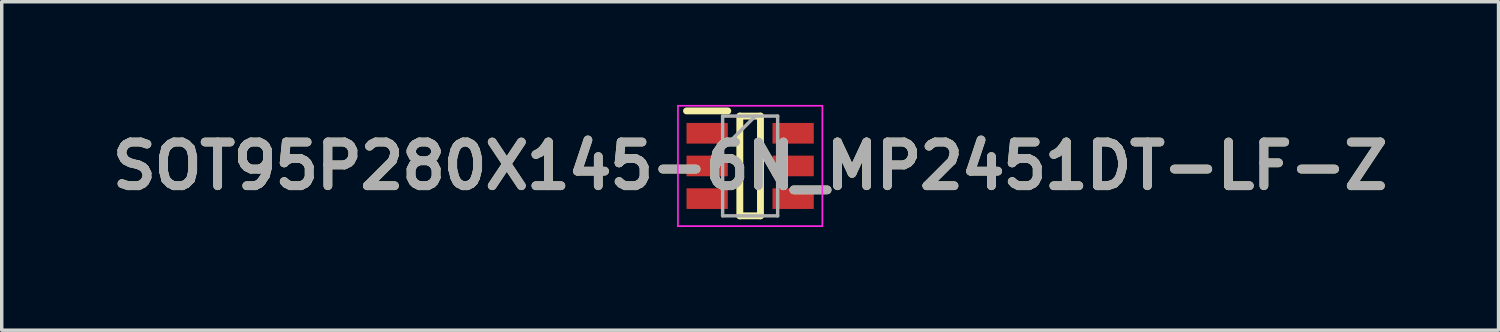
<source format=kicad_pcb>
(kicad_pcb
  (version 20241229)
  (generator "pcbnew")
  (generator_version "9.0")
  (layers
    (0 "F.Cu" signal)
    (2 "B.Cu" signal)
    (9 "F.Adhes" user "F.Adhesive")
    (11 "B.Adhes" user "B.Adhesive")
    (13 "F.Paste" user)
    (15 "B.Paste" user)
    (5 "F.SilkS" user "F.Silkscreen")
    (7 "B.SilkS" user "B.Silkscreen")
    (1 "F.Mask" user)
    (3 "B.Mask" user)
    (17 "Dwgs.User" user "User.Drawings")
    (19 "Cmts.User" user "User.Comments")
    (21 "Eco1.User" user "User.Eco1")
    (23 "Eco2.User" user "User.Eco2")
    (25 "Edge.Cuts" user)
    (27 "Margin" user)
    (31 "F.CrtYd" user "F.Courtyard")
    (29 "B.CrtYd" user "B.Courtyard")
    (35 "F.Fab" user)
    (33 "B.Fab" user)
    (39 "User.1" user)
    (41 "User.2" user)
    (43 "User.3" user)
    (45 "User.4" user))
  (footprint "SOT95P280X145-6N_MP2451DT-LF-Z"
    (layer "F.Cu")
    (at 18.76 1.775)
    (property "Reference" "SOT95P280X145-6N_MP2451DT-LF-Z" (at 0 0 0) (layer "F.SilkS") (effects (font (size 1.27 1.27) (thickness 0.254))))
    (attr smd)
    (fp_line (start -1.85 -1.6) (end -0.65 -1.6) (stroke (width 0.2) (type solid)) (layer "F.SilkS"))
    (fp_line (start -0.3 -1.45) (end 0.3 -1.45) (stroke (width 0.2) (type solid)) (layer "F.SilkS"))
    (fp_line (start -0.3 1.45) (end -0.3 -1.45) (stroke (width 0.2) (type solid)) (layer "F.SilkS"))
    (fp_line (start 0.3 -1.45) (end 0.3 1.45) (stroke (width 0.2) (type solid)) (layer "F.SilkS"))
    (fp_line (start 0.3 1.45) (end -0.3 1.45) (stroke (width 0.2) (type solid)) (layer "F.SilkS"))
    (fp_line (start -2.1 -1.75) (end 2.1 -1.75) (stroke (width 0.05) (type solid)) (layer "F.CrtYd"))
    (fp_line (start -2.1 1.75) (end -2.1 -1.75) (stroke (width 0.05) (type solid)) (layer "F.CrtYd"))
    (fp_line (start 2.1 -1.75) (end 2.1 1.75) (stroke (width 0.05) (type solid)) (layer "F.CrtYd"))
    (fp_line (start 2.1 1.75) (end -2.1 1.75) (stroke (width 0.05) (type solid)) (layer "F.CrtYd"))
    (fp_line (start -0.8 -1.45) (end 0.8 -1.45) (stroke (width 0.1) (type solid)) (layer "F.Fab"))
    (fp_line (start -0.8 -0.5) (end 0.15 -1.45) (stroke (width 0.1) (type solid)) (layer "F.Fab"))
    (fp_line (start -0.8 1.45) (end -0.8 -1.45) (stroke (width 0.1) (type solid)) (layer "F.Fab"))
    (fp_line (start 0.8 -1.45) (end 0.8 1.45) (stroke (width 0.1) (type solid)) (layer "F.Fab"))
    (fp_line (start 0.8 1.45) (end -0.8 1.45) (stroke (width 0.1) (type solid)) (layer "F.Fab"))
    (fp_text user "${REFERENCE}" (at 0 0 0) (layer "F.Fab") (effects (font (size 1.27 1.27) (thickness 0.254))))
    (pad "1" smd rect (at -1.25 -0.95 90) (size 0.6 1.2) (layers "F.Cu" "F.Mask" "F.Paste"))
    (pad "2" smd rect (at -1.25 0 90) (size 0.6 1.2) (layers "F.Cu" "F.Mask" "F.Paste"))
    (pad "3" smd rect (at -1.25 0.95 90) (size 0.6 1.2) (layers "F.Cu" "F.Mask" "F.Paste"))
    (pad "4" smd rect (at 1.25 0.95 90) (size 0.6 1.2) (layers "F.Cu" "F.Mask" "F.Paste"))
    (pad "5" smd rect (at 1.25 0 90) (size 0.6 1.2) (layers "F.Cu" "F.Mask" "F.Paste"))
    (pad "6" smd rect (at 1.25 -0.95 90) (size 0.6 1.2) (layers "F.Cu" "F.Mask" "F.Paste")))
  (gr_rect
    (start -3 -3)
    (end 40.519 6.55)
    (stroke (width 0.1) (type default))
    (fill no)
    (layer "Edge.Cuts")))
</source>
